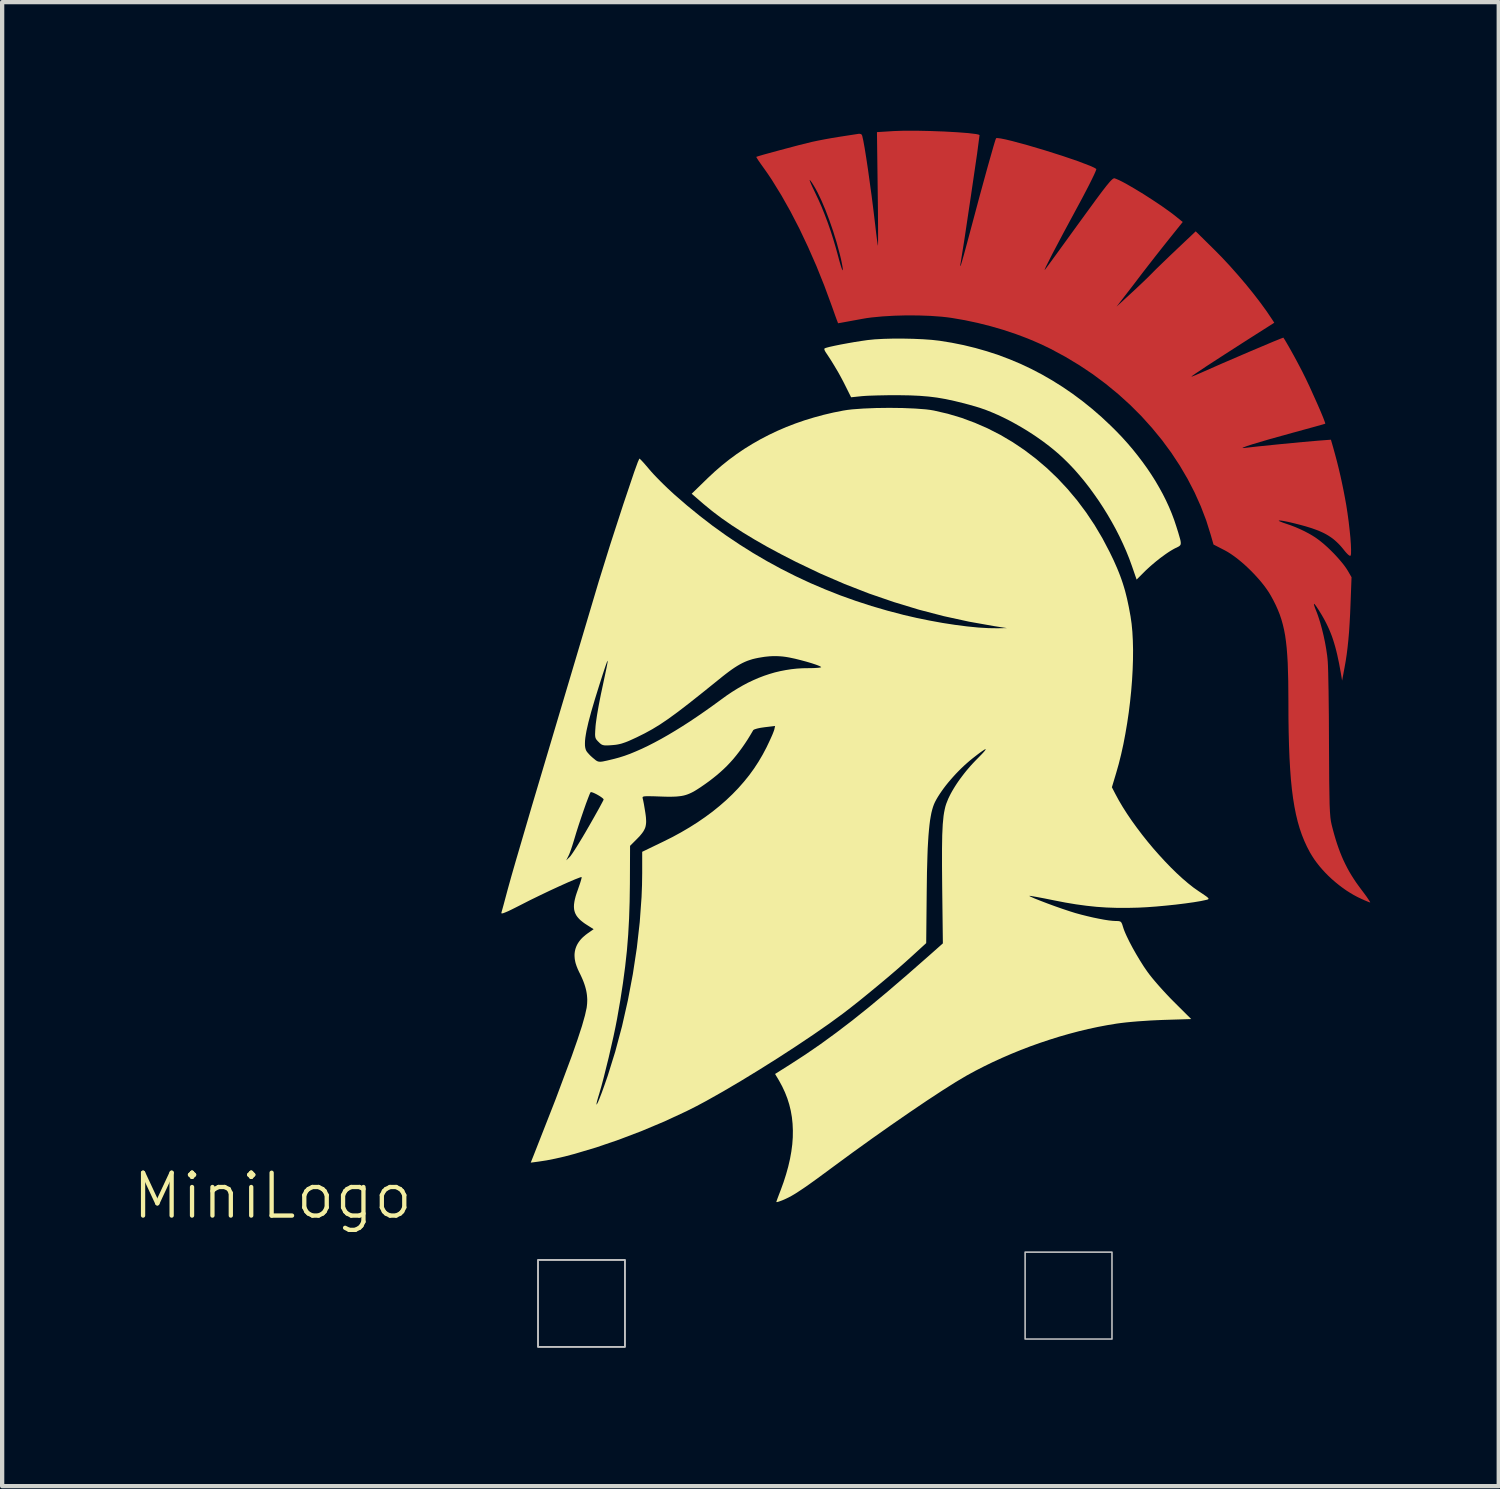
<source format=kicad_pcb>
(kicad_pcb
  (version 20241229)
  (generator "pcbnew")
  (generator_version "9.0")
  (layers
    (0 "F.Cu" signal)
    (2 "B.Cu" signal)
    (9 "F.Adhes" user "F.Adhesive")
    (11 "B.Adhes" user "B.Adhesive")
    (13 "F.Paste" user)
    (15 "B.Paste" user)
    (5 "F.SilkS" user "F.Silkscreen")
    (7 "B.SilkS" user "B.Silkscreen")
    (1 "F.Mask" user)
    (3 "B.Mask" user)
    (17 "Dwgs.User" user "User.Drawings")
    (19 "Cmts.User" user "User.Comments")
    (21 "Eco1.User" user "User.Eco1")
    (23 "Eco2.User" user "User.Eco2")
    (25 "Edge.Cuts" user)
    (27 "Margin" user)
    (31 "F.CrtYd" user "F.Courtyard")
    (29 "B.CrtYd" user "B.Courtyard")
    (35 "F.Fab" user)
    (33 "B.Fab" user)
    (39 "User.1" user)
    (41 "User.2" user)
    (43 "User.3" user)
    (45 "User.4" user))
  (footprint "MiniLogo"
    (layer "F.Cu")
    (at 9.504 28.378)
    (property "Reference" "MiniLogo" (at -6.192 -3.521 0) (unlocked yes) (layer "F.SilkS") (effects (font (size 1 1) (thickness 0.1))))
    (attr smd)
    (fp_poly (pts (xy 8.832 -28.378) (xy 9.154 -28.371) (xy 9.48 -28.359) (xy 9.784 -28.342) (xy 10.04 -28.322) (xy 10.222 -28.3) (xy 10.277 -28.288) (xy 10.303 -28.277) (xy 10.245 -27.836) (xy 10.102 -26.861) (xy 9.951 -25.851) (xy 9.864 -25.305) (xy 9.86 -25.285) (xy 9.857 -25.267) (xy 9.855 -25.252) (xy 9.854 -25.239) (xy 9.854 -25.234) (xy 9.854 -25.229) (xy 9.854 -25.226) (xy 9.855 -25.223) (xy 9.855 -25.221) (xy 9.856 -25.221) (xy 9.857 -25.22) (xy 9.857 -25.22) (xy 9.858 -25.22) (xy 9.86 -25.222) (xy 9.862 -25.228) (xy 9.867 -25.242) (xy 9.883 -25.294) (xy 9.936 -25.478) (xy 10.009 -25.746) (xy 10.096 -26.071) (xy 10.302 -26.842) (xy 10.488 -27.521) (xy 10.626 -28.007) (xy 10.668 -28.147) (xy 10.688 -28.201) (xy 10.7 -28.206) (xy 10.724 -28.206) (xy 10.802 -28.196) (xy 10.916 -28.173) (xy 11.061 -28.138) (xy 11.417 -28.042) (xy 11.825 -27.921) (xy 12.236 -27.791) (xy 12.605 -27.665) (xy 12.884 -27.558) (xy 12.975 -27.517) (xy 13.026 -27.485) (xy 13.027 -27.483) (xy 13.027 -27.478) (xy 13.023 -27.464) (xy 13.015 -27.442) (xy 13.003 -27.412) (xy 12.968 -27.335) (xy 12.919 -27.234) (xy 12.859 -27.113) (xy 12.788 -26.976) (xy 12.709 -26.825) (xy 12.623 -26.665) (xy 12.26 -25.992) (xy 11.997 -25.494) (xy 11.849 -25.2) (xy 11.823 -25.138) (xy 11.823 -25.13) (xy 11.832 -25.138) (xy 11.912 -25.246) (xy 12.091 -25.491) (xy 12.638 -26.246) (xy 13.026 -26.778) (xy 13.161 -26.959) (xy 13.264 -27.092) (xy 13.34 -27.183) (xy 13.37 -27.215) (xy 13.394 -27.238) (xy 13.414 -27.255) (xy 13.431 -27.264) (xy 13.445 -27.268) (xy 13.456 -27.267) (xy 13.505 -27.248) (xy 13.568 -27.22) (xy 13.642 -27.183) (xy 13.726 -27.138) (xy 13.916 -27.028) (xy 14.127 -26.9) (xy 14.343 -26.761) (xy 14.554 -26.62) (xy 14.745 -26.484) (xy 14.829 -26.421) (xy 14.903 -26.362) (xy 15.044 -26.248) (xy 14.719 -25.843) (xy 14.571 -25.657) (xy 14.407 -25.449) (xy 14.249 -25.246) (xy 14.114 -25.072) (xy 13.868 -24.749) (xy 13.667 -24.489) (xy 13.499 -24.272) (xy 13.831 -24.578) (xy 13.973 -24.71) (xy 14.115 -24.844) (xy 14.239 -24.964) (xy 14.33 -25.055) (xy 14.372 -25.098) (xy 14.428 -25.154) (xy 14.573 -25.294) (xy 14.744 -25.459) (xy 14.922 -25.628) (xy 15.347 -26.03) (xy 15.766 -25.617) (xy 15.951 -25.43) (xy 16.139 -25.229) (xy 16.326 -25.018) (xy 16.51 -24.803) (xy 16.685 -24.587) (xy 16.848 -24.376) (xy 16.996 -24.173) (xy 17.123 -23.985) (xy 17.18 -23.897) (xy 16.554 -23.499) (xy 16.009 -23.149) (xy 15.597 -22.882) (xy 15.337 -22.708) (xy 15.269 -22.66) (xy 15.246 -22.64) (xy 15.246 -22.64) (xy 15.247 -22.639) (xy 15.248 -22.64) (xy 15.25 -22.64) (xy 15.256 -22.641) (xy 15.264 -22.643) (xy 15.273 -22.647) (xy 15.284 -22.651) (xy 15.312 -22.662) (xy 15.345 -22.675) (xy 15.383 -22.692) (xy 15.425 -22.71) (xy 15.471 -22.73) (xy 15.956 -22.944) (xy 16.595 -23.219) (xy 17.151 -23.454) (xy 17.326 -23.525) (xy 17.392 -23.55) (xy 17.422 -23.504) (xy 17.465 -23.432) (xy 17.518 -23.341) (xy 17.578 -23.234) (xy 17.643 -23.117) (xy 17.709 -22.995) (xy 17.773 -22.874) (xy 17.834 -22.757) (xy 17.912 -22.6) (xy 18 -22.415) (xy 18.179 -22.018) (xy 18.258 -21.836) (xy 18.32 -21.687) (xy 18.359 -21.583) (xy 18.368 -21.554) (xy 18.369 -21.541) (xy 18.352 -21.536) (xy 18.306 -21.522) (xy 18.142 -21.476) (xy 17.902 -21.41) (xy 17.61 -21.33) (xy 17.063 -21.178) (xy 16.669 -21.061) (xy 16.539 -21.019) (xy 16.462 -20.989) (xy 16.443 -20.98) (xy 16.44 -20.975) (xy 16.451 -20.973) (xy 16.478 -20.975) (xy 16.809 -21.012) (xy 17.32 -21.064) (xy 17.841 -21.114) (xy 18.198 -21.145) (xy 18.502 -21.168) (xy 18.554 -20.988) (xy 18.599 -20.825) (xy 18.643 -20.659) (xy 18.685 -20.49) (xy 18.725 -20.32) (xy 18.762 -20.15) (xy 18.797 -19.98) (xy 18.829 -19.812) (xy 18.859 -19.647) (xy 18.889 -19.452) (xy 18.916 -19.255) (xy 18.938 -19.063) (xy 18.956 -18.886) (xy 18.967 -18.729) (xy 18.972 -18.602) (xy 18.971 -18.511) (xy 18.967 -18.482) (xy 18.961 -18.464) (xy 18.96 -18.462) (xy 18.958 -18.461) (xy 18.956 -18.46) (xy 18.954 -18.459) (xy 18.951 -18.459) (xy 18.949 -18.459) (xy 18.946 -18.459) (xy 18.943 -18.46) (xy 18.939 -18.462) (xy 18.936 -18.463) (xy 18.932 -18.465) (xy 18.928 -18.468) (xy 18.924 -18.471) (xy 18.919 -18.474) (xy 18.914 -18.477) (xy 18.91 -18.481) (xy 18.899 -18.49) (xy 18.889 -18.5) (xy 18.877 -18.512) (xy 18.865 -18.525) (xy 18.852 -18.539) (xy 18.839 -18.554) (xy 18.825 -18.571) (xy 18.81 -18.589) (xy 18.775 -18.633) (xy 18.74 -18.674) (xy 18.705 -18.713) (xy 18.67 -18.749) (xy 18.634 -18.783) (xy 18.598 -18.816) (xy 18.562 -18.846) (xy 18.524 -18.875) (xy 18.485 -18.902) (xy 18.445 -18.928) (xy 18.403 -18.953) (xy 18.359 -18.977) (xy 18.313 -19) (xy 18.265 -19.022) (xy 18.214 -19.044) (xy 18.16 -19.065) (xy 18.053 -19.103) (xy 17.924 -19.143) (xy 17.783 -19.182) (xy 17.641 -19.218) (xy 17.51 -19.249) (xy 17.399 -19.271) (xy 17.355 -19.278) (xy 17.321 -19.282) (xy 17.297 -19.282) (xy 17.289 -19.281) (xy 17.285 -19.279) (xy 17.285 -19.278) (xy 17.285 -19.278) (xy 17.285 -19.277) (xy 17.286 -19.275) (xy 17.288 -19.274) (xy 17.289 -19.273) (xy 17.294 -19.27) (xy 17.301 -19.266) (xy 17.308 -19.262) (xy 17.318 -19.258) (xy 17.328 -19.254) (xy 17.34 -19.249) (xy 17.353 -19.244) (xy 17.367 -19.238) (xy 17.382 -19.233) (xy 17.398 -19.227) (xy 17.415 -19.221) (xy 17.45 -19.209) (xy 17.565 -19.17) (xy 17.676 -19.127) (xy 17.782 -19.081) (xy 17.885 -19.032) (xy 17.982 -18.981) (xy 18.028 -18.955) (xy 18.073 -18.928) (xy 18.116 -18.901) (xy 18.158 -18.873) (xy 18.198 -18.844) (xy 18.236 -18.816) (xy 18.282 -18.779) (xy 18.33 -18.74) (xy 18.377 -18.698) (xy 18.425 -18.655) (xy 18.473 -18.609) (xy 18.521 -18.562) (xy 18.568 -18.515) (xy 18.613 -18.467) (xy 18.658 -18.418) (xy 18.7 -18.37) (xy 18.74 -18.323) (xy 18.778 -18.277) (xy 18.813 -18.232) (xy 18.844 -18.189) (xy 18.872 -18.148) (xy 18.896 -18.109) (xy 18.983 -17.959) (xy 18.96 -17.353) (xy 18.95 -17.106) (xy 18.938 -16.883) (xy 18.925 -16.682) (xy 18.909 -16.498) (xy 18.891 -16.327) (xy 18.871 -16.164) (xy 18.847 -16.005) (xy 18.819 -15.847) (xy 18.763 -15.547) (xy 18.735 -15.714) (xy 18.693 -15.944) (xy 18.649 -16.15) (xy 18.626 -16.245) (xy 18.602 -16.336) (xy 18.577 -16.422) (xy 18.551 -16.505) (xy 18.524 -16.584) (xy 18.494 -16.661) (xy 18.463 -16.736) (xy 18.43 -16.809) (xy 18.395 -16.881) (xy 18.358 -16.953) (xy 18.318 -17.025) (xy 18.276 -17.097) (xy 18.215 -17.196) (xy 18.189 -17.235) (xy 18.167 -17.269) (xy 18.149 -17.295) (xy 18.133 -17.315) (xy 18.121 -17.329) (xy 18.117 -17.334) (xy 18.113 -17.336) (xy 18.11 -17.338) (xy 18.107 -17.337) (xy 18.106 -17.335) (xy 18.105 -17.331) (xy 18.106 -17.326) (xy 18.107 -17.319) (xy 18.111 -17.301) (xy 18.119 -17.276) (xy 18.13 -17.244) (xy 18.145 -17.206) (xy 18.163 -17.161) (xy 18.185 -17.104) (xy 18.207 -17.041) (xy 18.251 -16.904) (xy 18.292 -16.755) (xy 18.33 -16.599) (xy 18.364 -16.44) (xy 18.392 -16.282) (xy 18.414 -16.131) (xy 18.422 -16.059) (xy 18.428 -15.991) (xy 18.433 -15.895) (xy 18.438 -15.741) (xy 18.447 -15.292) (xy 18.454 -14.706) (xy 18.457 -14.048) (xy 18.462 -13.188) (xy 18.471 -12.661) (xy 18.479 -12.489) (xy 18.489 -12.361) (xy 18.502 -12.263) (xy 18.519 -12.183) (xy 18.549 -12.065) (xy 18.58 -11.952) (xy 18.612 -11.843) (xy 18.645 -11.739) (xy 18.68 -11.638) (xy 18.716 -11.541) (xy 18.754 -11.447) (xy 18.794 -11.355) (xy 18.837 -11.266) (xy 18.881 -11.179) (xy 18.928 -11.093) (xy 18.978 -11.009) (xy 19.031 -10.925) (xy 19.086 -10.842) (xy 19.145 -10.76) (xy 19.207 -10.676) (xy 19.253 -10.615) (xy 19.296 -10.557) (xy 19.334 -10.505) (xy 19.365 -10.459) (xy 19.39 -10.422) (xy 19.408 -10.394) (xy 19.414 -10.384) (xy 19.417 -10.376) (xy 19.418 -10.372) (xy 19.418 -10.371) (xy 19.417 -10.37) (xy 19.413 -10.371) (xy 19.408 -10.372) (xy 19.393 -10.377) (xy 19.372 -10.385) (xy 19.347 -10.395) (xy 19.318 -10.407) (xy 19.285 -10.421) (xy 19.25 -10.437) (xy 19.214 -10.453) (xy 19.214 -10.453) (xy 19.124 -10.496) (xy 19.034 -10.544) (xy 18.945 -10.597) (xy 18.857 -10.653) (xy 18.771 -10.714) (xy 18.686 -10.778) (xy 18.604 -10.845) (xy 18.523 -10.915) (xy 18.446 -10.987) (xy 18.372 -11.062) (xy 18.301 -11.139) (xy 18.234 -11.217) (xy 18.171 -11.297) (xy 18.113 -11.377) (xy 18.06 -11.459) (xy 18.011 -11.541) (xy 17.943 -11.671) (xy 17.881 -11.806) (xy 17.824 -11.948) (xy 17.773 -12.097) (xy 17.727 -12.256) (xy 17.686 -12.426) (xy 17.65 -12.608) (xy 17.618 -12.804) (xy 17.591 -13.014) (xy 17.568 -13.242) (xy 17.55 -13.487) (xy 17.535 -13.751) (xy 17.524 -14.036) (xy 17.516 -14.344) (xy 17.511 -14.675) (xy 17.51 -15.031) (xy 17.506 -15.535) (xy 17.494 -15.955) (xy 17.483 -16.138) (xy 17.47 -16.306) (xy 17.453 -16.46) (xy 17.433 -16.602) (xy 17.408 -16.734) (xy 17.379 -16.858) (xy 17.346 -16.975) (xy 17.308 -17.088) (xy 17.264 -17.198) (xy 17.216 -17.306) (xy 17.161 -17.416) (xy 17.1 -17.528) (xy 17.058 -17.599) (xy 17.009 -17.672) (xy 16.955 -17.747) (xy 16.895 -17.823) (xy 16.831 -17.9) (xy 16.763 -17.976) (xy 16.692 -18.052) (xy 16.619 -18.126) (xy 16.544 -18.198) (xy 16.468 -18.268) (xy 16.391 -18.333) (xy 16.315 -18.395) (xy 16.24 -18.451) (xy 16.167 -18.502) (xy 16.096 -18.547) (xy 16.028 -18.585) (xy 15.762 -18.722) (xy 15.697 -18.949) (xy 15.592 -19.284) (xy 15.466 -19.613) (xy 15.321 -19.937) (xy 15.157 -20.254) (xy 14.975 -20.564) (xy 14.776 -20.866) (xy 14.56 -21.159) (xy 14.327 -21.443) (xy 14.08 -21.717) (xy 13.817 -21.98) (xy 13.54 -22.231) (xy 13.249 -22.47) (xy 12.946 -22.696) (xy 12.63 -22.907) (xy 12.303 -23.104) (xy 11.965 -23.286) (xy 11.835 -23.349) (xy 11.703 -23.411) (xy 11.568 -23.47) (xy 11.431 -23.527) (xy 11.291 -23.581) (xy 11.15 -23.633) (xy 10.86 -23.73) (xy 10.564 -23.816) (xy 10.263 -23.892) (xy 9.958 -23.957) (xy 9.65 -24.01) (xy 9.539 -24.025) (xy 9.42 -24.038) (xy 9.161 -24.057) (xy 8.883 -24.067) (xy 8.597 -24.069) (xy 8.312 -24.061) (xy 8.039 -24.045) (xy 7.788 -24.021) (xy 7.674 -24.006) (xy 7.569 -23.988) (xy 7.083 -23.899) (xy 7.036 -23.891) (xy 7.002 -23.885) (xy 6.994 -23.905) (xy 6.984 -23.932) (xy 6.968 -23.973) (xy 6.948 -24.028) (xy 6.922 -24.1) (xy 6.891 -24.188) (xy 6.853 -24.294) (xy 6.681 -24.761) (xy 6.497 -25.219) (xy 6.302 -25.663) (xy 6.1 -26.09) (xy 5.891 -26.494) (xy 5.678 -26.872) (xy 5.464 -27.219) (xy 5.46 -27.226) (xy 6.339 -27.226) (xy 6.339 -27.223) (xy 6.341 -27.214) (xy 6.345 -27.202) (xy 6.35 -27.187) (xy 6.357 -27.169) (xy 6.366 -27.148) (xy 6.376 -27.124) (xy 6.388 -27.098) (xy 6.401 -27.069) (xy 6.432 -27.004) (xy 6.467 -26.931) (xy 6.543 -26.77) (xy 6.618 -26.6) (xy 6.69 -26.421) (xy 6.76 -26.235) (xy 6.827 -26.043) (xy 6.89 -25.845) (xy 6.95 -25.643) (xy 7.006 -25.438) (xy 7.025 -25.366) (xy 7.044 -25.3) (xy 7.061 -25.243) (xy 7.076 -25.195) (xy 7.089 -25.158) (xy 7.1 -25.134) (xy 7.104 -25.126) (xy 7.108 -25.122) (xy 7.109 -25.122) (xy 7.11 -25.122) (xy 7.112 -25.126) (xy 7.112 -25.133) (xy 7.112 -25.144) (xy 7.111 -25.157) (xy 7.109 -25.173) (xy 7.103 -25.214) (xy 7.094 -25.263) (xy 7.083 -25.319) (xy 7.07 -25.381) (xy 7.054 -25.448) (xy 7.037 -25.516) (xy 7.037 -25.516) (xy 6.966 -25.778) (xy 6.885 -26.039) (xy 6.797 -26.292) (xy 6.706 -26.532) (xy 6.613 -26.75) (xy 6.521 -26.942) (xy 6.476 -27.026) (xy 6.432 -27.101) (xy 6.391 -27.166) (xy 6.351 -27.22) (xy 6.347 -27.224) (xy 6.345 -27.226) (xy 6.342 -27.228) (xy 6.341 -27.229) (xy 6.34 -27.229) (xy 6.339 -27.228) (xy 6.339 -27.226) (xy 5.46 -27.226) (xy 5.357 -27.38) (xy 5.25 -27.531) (xy 5.217 -27.577) (xy 5.186 -27.621) (xy 5.159 -27.66) (xy 5.135 -27.695) (xy 5.117 -27.724) (xy 5.103 -27.747) (xy 5.095 -27.761) (xy 5.094 -27.766) (xy 5.094 -27.767) (xy 5.094 -27.768) (xy 5.145 -27.785) (xy 5.267 -27.821) (xy 5.648 -27.925) (xy 6.074 -28.038) (xy 6.387 -28.116) (xy 6.524 -28.145) (xy 6.689 -28.177) (xy 6.861 -28.208) (xy 7.019 -28.234) (xy 7.459 -28.302) (xy 7.47 -28.304) (xy 7.481 -28.305) (xy 7.491 -28.306) (xy 7.501 -28.306) (xy 7.509 -28.305) (xy 7.517 -28.304) (xy 7.525 -28.302) (xy 7.528 -28.301) (xy 7.531 -28.3) (xy 7.535 -28.299) (xy 7.538 -28.297) (xy 7.54 -28.295) (xy 7.543 -28.294) (xy 7.546 -28.292) (xy 7.548 -28.289) (xy 7.55 -28.287) (xy 7.552 -28.285) (xy 7.554 -28.282) (xy 7.556 -28.279) (xy 7.559 -28.273) (xy 7.562 -28.267) (xy 7.565 -28.259) (xy 7.59 -28.149) (xy 7.622 -27.973) (xy 7.659 -27.743) (xy 7.7 -27.47) (xy 7.787 -26.84) (xy 7.829 -26.505) (xy 7.869 -26.172) (xy 7.89 -25.991) (xy 7.909 -25.84) (xy 7.924 -25.737) (xy 7.929 -25.708) (xy 7.932 -25.696) (xy 7.933 -25.702) (xy 7.934 -25.721) (xy 7.935 -25.797) (xy 7.935 -26.08) (xy 7.932 -26.5) (xy 7.926 -27.016) (xy 7.909 -28.345) (xy 8.306 -28.37) (xy 8.541 -28.378)) (stroke (width 0) (type solid)) (fill yes) (layer "F.Cu"))
    (fp_poly (pts (xy 8.832 -28.378) (xy 9.154 -28.371) (xy 9.48 -28.359) (xy 9.784 -28.342) (xy 10.04 -28.322) (xy 10.222 -28.3) (xy 10.277 -28.288) (xy 10.303 -28.277) (xy 10.245 -27.836) (xy 10.102 -26.861) (xy 9.951 -25.851) (xy 9.864 -25.305) (xy 9.86 -25.285) (xy 9.857 -25.267) (xy 9.855 -25.252) (xy 9.854 -25.239) (xy 9.854 -25.234) (xy 9.854 -25.229) (xy 9.854 -25.226) (xy 9.855 -25.223) (xy 9.855 -25.221) (xy 9.856 -25.221) (xy 9.857 -25.22) (xy 9.857 -25.22) (xy 9.858 -25.22) (xy 9.86 -25.222) (xy 9.862 -25.228) (xy 9.867 -25.242) (xy 9.883 -25.294) (xy 9.936 -25.478) (xy 10.009 -25.746) (xy 10.096 -26.071) (xy 10.302 -26.842) (xy 10.488 -27.521) (xy 10.626 -28.007) (xy 10.668 -28.147) (xy 10.688 -28.201) (xy 10.7 -28.206) (xy 10.724 -28.206) (xy 10.802 -28.196) (xy 10.916 -28.173) (xy 11.061 -28.138) (xy 11.417 -28.042) (xy 11.825 -27.921) (xy 12.236 -27.791) (xy 12.605 -27.665) (xy 12.884 -27.558) (xy 12.975 -27.517) (xy 13.026 -27.485) (xy 13.027 -27.483) (xy 13.027 -27.478) (xy 13.023 -27.464) (xy 13.015 -27.442) (xy 13.003 -27.412) (xy 12.968 -27.335) (xy 12.919 -27.234) (xy 12.859 -27.113) (xy 12.788 -26.976) (xy 12.709 -26.825) (xy 12.623 -26.665) (xy 12.26 -25.992) (xy 11.997 -25.494) (xy 11.849 -25.2) (xy 11.823 -25.138) (xy 11.823 -25.13) (xy 11.832 -25.138) (xy 11.912 -25.246) (xy 12.091 -25.491) (xy 12.638 -26.246) (xy 13.026 -26.778) (xy 13.161 -26.959) (xy 13.264 -27.092) (xy 13.34 -27.183) (xy 13.37 -27.215) (xy 13.394 -27.238) (xy 13.414 -27.255) (xy 13.431 -27.264) (xy 13.445 -27.268) (xy 13.456 -27.267) (xy 13.505 -27.248) (xy 13.568 -27.22) (xy 13.642 -27.183) (xy 13.726 -27.138) (xy 13.916 -27.028) (xy 14.127 -26.9) (xy 14.343 -26.761) (xy 14.554 -26.62) (xy 14.745 -26.484) (xy 14.829 -26.421) (xy 14.903 -26.362) (xy 15.044 -26.248) (xy 14.719 -25.843) (xy 14.571 -25.657) (xy 14.407 -25.449) (xy 14.249 -25.246) (xy 14.114 -25.072) (xy 13.868 -24.749) (xy 13.667 -24.489) (xy 13.499 -24.272) (xy 13.831 -24.578) (xy 13.973 -24.71) (xy 14.115 -24.844) (xy 14.239 -24.964) (xy 14.33 -25.055) (xy 14.372 -25.098) (xy 14.428 -25.154) (xy 14.573 -25.294) (xy 14.744 -25.459) (xy 14.922 -25.628) (xy 15.347 -26.03) (xy 15.766 -25.617) (xy 15.951 -25.43) (xy 16.139 -25.229) (xy 16.326 -25.018) (xy 16.51 -24.803) (xy 16.685 -24.587) (xy 16.848 -24.376) (xy 16.996 -24.173) (xy 17.123 -23.985) (xy 17.18 -23.897) (xy 16.554 -23.499) (xy 16.009 -23.149) (xy 15.597 -22.882) (xy 15.337 -22.708) (xy 15.269 -22.66) (xy 15.246 -22.64) (xy 15.246 -22.64) (xy 15.247 -22.639) (xy 15.248 -22.64) (xy 15.25 -22.64) (xy 15.256 -22.641) (xy 15.264 -22.643) (xy 15.273 -22.647) (xy 15.284 -22.651) (xy 15.312 -22.662) (xy 15.345 -22.675) (xy 15.383 -22.692) (xy 15.425 -22.71) (xy 15.471 -22.73) (xy 15.956 -22.944) (xy 16.595 -23.219) (xy 17.151 -23.454) (xy 17.326 -23.525) (xy 17.392 -23.55) (xy 17.422 -23.504) (xy 17.465 -23.432) (xy 17.518 -23.341) (xy 17.578 -23.234) (xy 17.643 -23.117) (xy 17.709 -22.995) (xy 17.773 -22.874) (xy 17.834 -22.757) (xy 17.912 -22.6) (xy 18 -22.415) (xy 18.179 -22.018) (xy 18.258 -21.836) (xy 18.32 -21.687) (xy 18.359 -21.583) (xy 18.368 -21.554) (xy 18.369 -21.541) (xy 18.352 -21.536) (xy 18.306 -21.522) (xy 18.142 -21.476) (xy 17.902 -21.41) (xy 17.61 -21.33) (xy 17.063 -21.178) (xy 16.669 -21.061) (xy 16.539 -21.019) (xy 16.462 -20.989) (xy 16.443 -20.98) (xy 16.44 -20.975) (xy 16.451 -20.973) (xy 16.478 -20.975) (xy 16.809 -21.012) (xy 17.32 -21.064) (xy 17.841 -21.114) (xy 18.198 -21.145) (xy 18.502 -21.168) (xy 18.554 -20.988) (xy 18.599 -20.825) (xy 18.643 -20.659) (xy 18.685 -20.49) (xy 18.725 -20.32) (xy 18.762 -20.15) (xy 18.797 -19.98) (xy 18.829 -19.812) (xy 18.859 -19.647) (xy 18.889 -19.452) (xy 18.916 -19.255) (xy 18.938 -19.063) (xy 18.956 -18.886) (xy 18.967 -18.729) (xy 18.972 -18.602) (xy 18.971 -18.511) (xy 18.967 -18.482) (xy 18.961 -18.464) (xy 18.96 -18.462) (xy 18.958 -18.461) (xy 18.956 -18.46) (xy 18.954 -18.459) (xy 18.951 -18.459) (xy 18.949 -18.459) (xy 18.946 -18.459) (xy 18.943 -18.46) (xy 18.939 -18.462) (xy 18.936 -18.463) (xy 18.932 -18.465) (xy 18.928 -18.468) (xy 18.924 -18.471) (xy 18.919 -18.474) (xy 18.914 -18.477) (xy 18.91 -18.481) (xy 18.899 -18.49) (xy 18.889 -18.5) (xy 18.877 -18.512) (xy 18.865 -18.525) (xy 18.852 -18.539) (xy 18.839 -18.554) (xy 18.825 -18.571) (xy 18.81 -18.589) (xy 18.775 -18.633) (xy 18.74 -18.674) (xy 18.705 -18.713) (xy 18.67 -18.749) (xy 18.634 -18.783) (xy 18.598 -18.816) (xy 18.562 -18.846) (xy 18.524 -18.875) (xy 18.485 -18.902) (xy 18.445 -18.928) (xy 18.403 -18.953) (xy 18.359 -18.977) (xy 18.313 -19) (xy 18.265 -19.022) (xy 18.214 -19.044) (xy 18.16 -19.065) (xy 18.053 -19.103) (xy 17.924 -19.143) (xy 17.783 -19.182) (xy 17.641 -19.218) (xy 17.51 -19.249) (xy 17.399 -19.271) (xy 17.355 -19.278) (xy 17.321 -19.282) (xy 17.297 -19.282) (xy 17.289 -19.281) (xy 17.285 -19.279) (xy 17.285 -19.278) (xy 17.285 -19.278) (xy 17.285 -19.277) (xy 17.286 -19.275) (xy 17.288 -19.274) (xy 17.289 -19.273) (xy 17.294 -19.27) (xy 17.301 -19.266) (xy 17.308 -19.262) (xy 17.318 -19.258) (xy 17.328 -19.254) (xy 17.34 -19.249) (xy 17.353 -19.244) (xy 17.367 -19.238) (xy 17.382 -19.233) (xy 17.398 -19.227) (xy 17.415 -19.221) (xy 17.45 -19.209) (xy 17.565 -19.17) (xy 17.676 -19.127) (xy 17.782 -19.081) (xy 17.885 -19.032) (xy 17.982 -18.981) (xy 18.028 -18.955) (xy 18.073 -18.928) (xy 18.116 -18.901) (xy 18.158 -18.873) (xy 18.198 -18.844) (xy 18.236 -18.816) (xy 18.282 -18.779) (xy 18.33 -18.74) (xy 18.377 -18.698) (xy 18.425 -18.655) (xy 18.473 -18.609) (xy 18.521 -18.562) (xy 18.568 -18.515) (xy 18.613 -18.467) (xy 18.658 -18.418) (xy 18.7 -18.37) (xy 18.74 -18.323) (xy 18.778 -18.277) (xy 18.813 -18.232) (xy 18.844 -18.189) (xy 18.872 -18.148) (xy 18.896 -18.109) (xy 18.983 -17.959) (xy 18.96 -17.353) (xy 18.95 -17.106) (xy 18.938 -16.883) (xy 18.925 -16.682) (xy 18.909 -16.498) (xy 18.891 -16.327) (xy 18.871 -16.164) (xy 18.847 -16.005) (xy 18.819 -15.847) (xy 18.763 -15.547) (xy 18.735 -15.714) (xy 18.693 -15.944) (xy 18.649 -16.15) (xy 18.626 -16.245) (xy 18.602 -16.336) (xy 18.577 -16.422) (xy 18.551 -16.505) (xy 18.524 -16.584) (xy 18.494 -16.661) (xy 18.463 -16.736) (xy 18.43 -16.809) (xy 18.395 -16.881) (xy 18.358 -16.953) (xy 18.318 -17.025) (xy 18.276 -17.097) (xy 18.215 -17.196) (xy 18.189 -17.235) (xy 18.167 -17.269) (xy 18.149 -17.295) (xy 18.133 -17.315) (xy 18.121 -17.329) (xy 18.117 -17.334) (xy 18.113 -17.336) (xy 18.11 -17.338) (xy 18.107 -17.337) (xy 18.106 -17.335) (xy 18.105 -17.331) (xy 18.106 -17.326) (xy 18.107 -17.319) (xy 18.111 -17.301) (xy 18.119 -17.276) (xy 18.13 -17.244) (xy 18.145 -17.206) (xy 18.163 -17.161) (xy 18.185 -17.104) (xy 18.207 -17.041) (xy 18.251 -16.904) (xy 18.292 -16.755) (xy 18.33 -16.599) (xy 18.364 -16.44) (xy 18.392 -16.282) (xy 18.414 -16.131) (xy 18.422 -16.059) (xy 18.428 -15.991) (xy 18.433 -15.895) (xy 18.438 -15.741) (xy 18.447 -15.292) (xy 18.454 -14.706) (xy 18.457 -14.048) (xy 18.462 -13.188) (xy 18.471 -12.661) (xy 18.479 -12.489) (xy 18.489 -12.361) (xy 18.502 -12.263) (xy 18.519 -12.183) (xy 18.549 -12.065) (xy 18.58 -11.952) (xy 18.612 -11.843) (xy 18.645 -11.739) (xy 18.68 -11.638) (xy 18.716 -11.541) (xy 18.754 -11.447) (xy 18.794 -11.355) (xy 18.837 -11.266) (xy 18.881 -11.179) (xy 18.928 -11.093) (xy 18.978 -11.009) (xy 19.031 -10.925) (xy 19.086 -10.842) (xy 19.145 -10.76) (xy 19.207 -10.676) (xy 19.253 -10.615) (xy 19.296 -10.557) (xy 19.334 -10.505) (xy 19.365 -10.459) (xy 19.39 -10.422) (xy 19.408 -10.394) (xy 19.414 -10.384) (xy 19.417 -10.376) (xy 19.418 -10.372) (xy 19.418 -10.371) (xy 19.417 -10.37) (xy 19.413 -10.371) (xy 19.408 -10.372) (xy 19.393 -10.377) (xy 19.372 -10.385) (xy 19.347 -10.395) (xy 19.318 -10.407) (xy 19.285 -10.421) (xy 19.25 -10.437) (xy 19.214 -10.453) (xy 19.214 -10.453) (xy 19.124 -10.496) (xy 19.034 -10.544) (xy 18.945 -10.597) (xy 18.857 -10.653) (xy 18.771 -10.714) (xy 18.686 -10.778) (xy 18.604 -10.845) (xy 18.523 -10.915) (xy 18.446 -10.987) (xy 18.372 -11.062) (xy 18.301 -11.139) (xy 18.234 -11.217) (xy 18.171 -11.297) (xy 18.113 -11.377) (xy 18.06 -11.459) (xy 18.011 -11.541) (xy 17.943 -11.671) (xy 17.881 -11.806) (xy 17.824 -11.948) (xy 17.773 -12.097) (xy 17.727 -12.256) (xy 17.686 -12.426) (xy 17.65 -12.608) (xy 17.618 -12.804) (xy 17.591 -13.014) (xy 17.568 -13.242) (xy 17.55 -13.487) (xy 17.535 -13.751) (xy 17.524 -14.036) (xy 17.516 -14.344) (xy 17.511 -14.675) (xy 17.51 -15.031) (xy 17.506 -15.535) (xy 17.494 -15.955) (xy 17.483 -16.138) (xy 17.47 -16.306) (xy 17.453 -16.46) (xy 17.433 -16.602) (xy 17.408 -16.734) (xy 17.379 -16.858) (xy 17.346 -16.975) (xy 17.308 -17.088) (xy 17.264 -17.198) (xy 17.216 -17.306) (xy 17.161 -17.416) (xy 17.1 -17.528) (xy 17.058 -17.599) (xy 17.009 -17.672) (xy 16.955 -17.747) (xy 16.895 -17.823) (xy 16.831 -17.9) (xy 16.763 -17.976) (xy 16.692 -18.052) (xy 16.619 -18.126) (xy 16.544 -18.198) (xy 16.468 -18.268) (xy 16.391 -18.333) (xy 16.315 -18.395) (xy 16.24 -18.451) (xy 16.167 -18.502) (xy 16.096 -18.547) (xy 16.028 -18.585) (xy 15.762 -18.722) (xy 15.697 -18.949) (xy 15.592 -19.284) (xy 15.466 -19.613) (xy 15.321 -19.937) (xy 15.157 -20.254) (xy 14.975 -20.564) (xy 14.776 -20.866) (xy 14.56 -21.159) (xy 14.327 -21.443) (xy 14.08 -21.717) (xy 13.817 -21.98) (xy 13.54 -22.231) (xy 13.249 -22.47) (xy 12.946 -22.696) (xy 12.63 -22.907) (xy 12.303 -23.104) (xy 11.965 -23.286) (xy 11.835 -23.349) (xy 11.703 -23.411) (xy 11.568 -23.47) (xy 11.431 -23.527) (xy 11.291 -23.581) (xy 11.15 -23.633) (xy 10.86 -23.73) (xy 10.564 -23.816) (xy 10.263 -23.892) (xy 9.958 -23.957) (xy 9.65 -24.01) (xy 9.539 -24.025) (xy 9.42 -24.038) (xy 9.161 -24.057) (xy 8.883 -24.067) (xy 8.597 -24.069) (xy 8.312 -24.061) (xy 8.039 -24.045) (xy 7.788 -24.021) (xy 7.674 -24.006) (xy 7.569 -23.988) (xy 7.083 -23.899) (xy 7.036 -23.891) (xy 7.002 -23.885) (xy 6.994 -23.905) (xy 6.984 -23.932) (xy 6.968 -23.973) (xy 6.948 -24.028) (xy 6.922 -24.1) (xy 6.891 -24.188) (xy 6.853 -24.294) (xy 6.681 -24.761) (xy 6.497 -25.219) (xy 6.302 -25.663) (xy 6.1 -26.09) (xy 5.891 -26.494) (xy 5.678 -26.872) (xy 5.464 -27.219) (xy 5.46 -27.226) (xy 6.339 -27.226) (xy 6.339 -27.223) (xy 6.341 -27.214) (xy 6.345 -27.202) (xy 6.35 -27.187) (xy 6.357 -27.169) (xy 6.366 -27.148) (xy 6.376 -27.124) (xy 6.388 -27.098) (xy 6.401 -27.069) (xy 6.432 -27.004) (xy 6.467 -26.931) (xy 6.543 -26.77) (xy 6.618 -26.6) (xy 6.69 -26.421) (xy 6.76 -26.235) (xy 6.827 -26.043) (xy 6.89 -25.845) (xy 6.95 -25.643) (xy 7.006 -25.438) (xy 7.025 -25.366) (xy 7.044 -25.3) (xy 7.061 -25.243) (xy 7.076 -25.195) (xy 7.089 -25.158) (xy 7.1 -25.134) (xy 7.104 -25.126) (xy 7.108 -25.122) (xy 7.109 -25.122) (xy 7.11 -25.122) (xy 7.112 -25.126) (xy 7.112 -25.133) (xy 7.112 -25.144) (xy 7.111 -25.157) (xy 7.109 -25.173) (xy 7.103 -25.214) (xy 7.094 -25.263) (xy 7.083 -25.319) (xy 7.07 -25.381) (xy 7.054 -25.448) (xy 7.037 -25.516) (xy 7.037 -25.516) (xy 6.966 -25.778) (xy 6.885 -26.039) (xy 6.797 -26.292) (xy 6.706 -26.532) (xy 6.613 -26.75) (xy 6.521 -26.942) (xy 6.476 -27.026) (xy 6.432 -27.101) (xy 6.391 -27.166) (xy 6.351 -27.22) (xy 6.347 -27.224) (xy 6.345 -27.226) (xy 6.342 -27.228) (xy 6.341 -27.229) (xy 6.34 -27.229) (xy 6.339 -27.228) (xy 6.339 -27.226) (xy 5.46 -27.226) (xy 5.357 -27.38) (xy 5.25 -27.531) (xy 5.217 -27.577) (xy 5.186 -27.621) (xy 5.159 -27.66) (xy 5.135 -27.695) (xy 5.117 -27.724) (xy 5.103 -27.747) (xy 5.095 -27.761) (xy 5.094 -27.766) (xy 5.094 -27.767) (xy 5.094 -27.768) (xy 5.145 -27.785) (xy 5.267 -27.821) (xy 5.648 -27.925) (xy 6.074 -28.038) (xy 6.387 -28.116) (xy 6.524 -28.145) (xy 6.689 -28.177) (xy 6.861 -28.208) (xy 7.019 -28.234) (xy 7.459 -28.302) (xy 7.47 -28.304) (xy 7.481 -28.305) (xy 7.491 -28.306) (xy 7.501 -28.306) (xy 7.509 -28.305) (xy 7.517 -28.304) (xy 7.525 -28.302) (xy 7.528 -28.301) (xy 7.531 -28.3) (xy 7.535 -28.299) (xy 7.538 -28.297) (xy 7.54 -28.295) (xy 7.543 -28.294) (xy 7.546 -28.292) (xy 7.548 -28.289) (xy 7.55 -28.287) (xy 7.552 -28.285) (xy 7.554 -28.282) (xy 7.556 -28.279) (xy 7.559 -28.273) (xy 7.562 -28.267) (xy 7.565 -28.259) (xy 7.59 -28.149) (xy 7.622 -27.973) (xy 7.659 -27.743) (xy 7.7 -27.47) (xy 7.787 -26.84) (xy 7.829 -26.505) (xy 7.869 -26.172) (xy 7.89 -25.991) (xy 7.909 -25.84) (xy 7.924 -25.737) (xy 7.929 -25.708) (xy 7.932 -25.696) (xy 7.933 -25.702) (xy 7.934 -25.721) (xy 7.935 -25.797) (xy 7.935 -26.08) (xy 7.932 -26.5) (xy 7.926 -27.016) (xy 7.909 -28.345) (xy 8.306 -28.37) (xy 8.541 -28.378)) (stroke (width 0) (type solid)) (fill yes) (layer "F.Mask"))
    (fp_poly (pts (xy 8.756 -23.522) (xy 8.984 -23.512) (xy 9.192 -23.497) (xy 9.37 -23.477) (xy 9.653 -23.431) (xy 9.932 -23.375) (xy 10.206 -23.308) (xy 10.476 -23.231) (xy 10.742 -23.144) (xy 11.002 -23.046) (xy 11.259 -22.938) (xy 11.511 -22.819) (xy 11.758 -22.69) (xy 12.001 -22.55) (xy 12.24 -22.4) (xy 12.474 -22.24) (xy 12.704 -22.069) (xy 12.929 -21.888) (xy 13.15 -21.696) (xy 13.366 -21.493) (xy 13.502 -21.358) (xy 13.633 -21.221) (xy 13.759 -21.081) (xy 13.88 -20.939) (xy 13.996 -20.794) (xy 14.107 -20.648) (xy 14.213 -20.501) (xy 14.313 -20.352) (xy 14.407 -20.203) (xy 14.495 -20.052) (xy 14.578 -19.901) (xy 14.654 -19.75) (xy 14.724 -19.598) (xy 14.787 -19.447) (xy 14.844 -19.296) (xy 14.894 -19.145) (xy 14.941 -18.996) (xy 14.973 -18.885) (xy 14.985 -18.842) (xy 14.993 -18.806) (xy 14.997 -18.776) (xy 14.998 -18.751) (xy 14.997 -18.741) (xy 14.996 -18.731) (xy 14.993 -18.722) (xy 14.99 -18.714) (xy 14.985 -18.707) (xy 14.98 -18.7) (xy 14.967 -18.688) (xy 14.95 -18.676) (xy 14.929 -18.665) (xy 14.877 -18.64) (xy 14.84 -18.621) (xy 14.8 -18.598) (xy 14.758 -18.573) (xy 14.714 -18.545) (xy 14.668 -18.514) (xy 14.621 -18.481) (xy 14.523 -18.409) (xy 14.424 -18.331) (xy 14.327 -18.249) (xy 14.28 -18.208) (xy 14.234 -18.166) (xy 14.189 -18.125) (xy 14.147 -18.083) (xy 13.968 -17.904) (xy 13.857 -18.225) (xy 13.795 -18.395) (xy 13.726 -18.566) (xy 13.65 -18.738) (xy 13.569 -18.909) (xy 13.482 -19.08) (xy 13.389 -19.249) (xy 13.292 -19.416) (xy 13.19 -19.581) (xy 13.084 -19.743) (xy 12.974 -19.9) (xy 12.862 -20.054) (xy 12.746 -20.202) (xy 12.627 -20.345) (xy 12.507 -20.482) (xy 12.384 -20.611) (xy 12.26 -20.733) (xy 12.155 -20.83) (xy 12.043 -20.926) (xy 11.925 -21.021) (xy 11.802 -21.114) (xy 11.675 -21.205) (xy 11.544 -21.294) (xy 11.41 -21.38) (xy 11.274 -21.462) (xy 11.137 -21.54) (xy 10.999 -21.615) (xy 10.862 -21.684) (xy 10.726 -21.748) (xy 10.591 -21.806) (xy 10.459 -21.859) (xy 10.331 -21.904) (xy 10.207 -21.943) (xy 9.955 -22.013) (xy 9.727 -22.069) (xy 9.515 -22.115) (xy 9.413 -22.133) (xy 9.312 -22.15) (xy 9.212 -22.163) (xy 9.111 -22.175) (xy 8.903 -22.192) (xy 8.683 -22.202) (xy 8.442 -22.206) (xy 8.176 -22.206) (xy 7.921 -22.201) (xy 7.705 -22.194) (xy 7.621 -22.189) (xy 7.557 -22.184) (xy 7.306 -22.158) (xy 7.135 -22.5) (xy 7.097 -22.573) (xy 7.056 -22.649) (xy 7.013 -22.727) (xy 6.968 -22.804) (xy 6.883 -22.946) (xy 6.813 -23.058) (xy 6.713 -23.209) (xy 6.704 -23.224) (xy 6.696 -23.238) (xy 6.69 -23.251) (xy 6.685 -23.263) (xy 6.682 -23.274) (xy 6.682 -23.278) (xy 6.681 -23.283) (xy 6.682 -23.287) (xy 6.683 -23.29) (xy 6.684 -23.294) (xy 6.686 -23.297) (xy 6.698 -23.303) (xy 6.723 -23.312) (xy 6.759 -23.322) (xy 6.804 -23.334) (xy 6.922 -23.36) (xy 7.064 -23.389) (xy 7.222 -23.418) (xy 7.386 -23.447) (xy 7.546 -23.472) (xy 7.692 -23.493) (xy 7.861 -23.51) (xy 8.063 -23.521) (xy 8.286 -23.527) (xy 8.52 -23.527)) (stroke (width 0) (type solid)) (fill yes) (layer "F.SilkS"))
    (fp_poly (pts (xy 8.509 -21.907) (xy 8.798 -21.895) (xy 9.048 -21.876) (xy 9.153 -21.863) (xy 9.24 -21.848) (xy 9.564 -21.773) (xy 9.882 -21.678) (xy 10.192 -21.563) (xy 10.495 -21.431) (xy 10.79 -21.28) (xy 11.076 -21.111) (xy 11.353 -20.925) (xy 11.62 -20.722) (xy 11.877 -20.503) (xy 12.123 -20.268) (xy 12.357 -20.017) (xy 12.58 -19.752) (xy 12.79 -19.471) (xy 12.987 -19.176) (xy 13.17 -18.868) (xy 13.339 -18.546) (xy 13.434 -18.349) (xy 13.515 -18.165) (xy 13.551 -18.077) (xy 13.585 -17.99) (xy 13.616 -17.904) (xy 13.645 -17.818) (xy 13.672 -17.731) (xy 13.698 -17.643) (xy 13.721 -17.553) (xy 13.744 -17.46) (xy 13.786 -17.263) (xy 13.826 -17.047) (xy 13.851 -16.873) (xy 13.869 -16.683) (xy 13.88 -16.477) (xy 13.885 -16.26) (xy 13.883 -16.031) (xy 13.875 -15.795) (xy 13.861 -15.551) (xy 13.841 -15.303) (xy 13.815 -15.052) (xy 13.784 -14.801) (xy 13.747 -14.551) (xy 13.705 -14.304) (xy 13.659 -14.062) (xy 13.607 -13.827) (xy 13.551 -13.602) (xy 13.49 -13.388) (xy 13.391 -13.058) (xy 13.47 -12.905) (xy 13.551 -12.755) (xy 13.643 -12.599) (xy 13.745 -12.439) (xy 13.855 -12.277) (xy 13.973 -12.114) (xy 14.097 -11.95) (xy 14.226 -11.788) (xy 14.359 -11.629) (xy 14.495 -11.475) (xy 14.632 -11.326) (xy 14.769 -11.184) (xy 14.905 -11.051) (xy 15.039 -10.928) (xy 15.17 -10.816) (xy 15.295 -10.717) (xy 15.415 -10.633) (xy 15.502 -10.575) (xy 15.566 -10.531) (xy 15.59 -10.514) (xy 15.61 -10.499) (xy 15.625 -10.486) (xy 15.636 -10.475) (xy 15.64 -10.47) (xy 15.643 -10.466) (xy 15.644 -10.462) (xy 15.645 -10.459) (xy 15.645 -10.455) (xy 15.645 -10.452) (xy 15.643 -10.449) (xy 15.64 -10.447) (xy 15.633 -10.442) (xy 15.623 -10.438) (xy 15.61 -10.434) (xy 15.594 -10.43) (xy 15.468 -10.403) (xy 15.3 -10.375) (xy 15.101 -10.347) (xy 14.882 -10.32) (xy 14.652 -10.296) (xy 14.423 -10.275) (xy 14.203 -10.259) (xy 14.004 -10.249) (xy 13.747 -10.243) (xy 13.503 -10.244) (xy 13.266 -10.252) (xy 13.032 -10.268) (xy 12.797 -10.293) (xy 12.555 -10.326) (xy 12.303 -10.368) (xy 12.035 -10.42) (xy 11.817 -10.464) (xy 11.637 -10.498) (xy 11.514 -10.519) (xy 11.479 -10.524) (xy 11.465 -10.524) (xy 11.466 -10.521) (xy 11.471 -10.517) (xy 11.493 -10.505) (xy 11.582 -10.465) (xy 11.716 -10.412) (xy 11.88 -10.349) (xy 12.059 -10.283) (xy 12.239 -10.22) (xy 12.404 -10.165) (xy 12.538 -10.123) (xy 12.677 -10.085) (xy 12.817 -10.05) (xy 12.954 -10.018) (xy 13.086 -9.991) (xy 13.208 -9.968) (xy 13.317 -9.951) (xy 13.411 -9.941) (xy 13.485 -9.937) (xy 13.506 -9.937) (xy 13.525 -9.936) (xy 13.541 -9.935) (xy 13.555 -9.934) (xy 13.562 -9.932) (xy 13.568 -9.931) (xy 13.574 -9.929) (xy 13.579 -9.927) (xy 13.584 -9.925) (xy 13.589 -9.923) (xy 13.594 -9.92) (xy 13.598 -9.916) (xy 13.602 -9.913) (xy 13.606 -9.909) (xy 13.609 -9.904) (xy 13.613 -9.899) (xy 13.616 -9.893) (xy 13.619 -9.887) (xy 13.622 -9.881) (xy 13.626 -9.874) (xy 13.632 -9.858) (xy 13.638 -9.84) (xy 13.644 -9.819) (xy 13.652 -9.795) (xy 13.666 -9.751) (xy 13.685 -9.701) (xy 13.708 -9.646) (xy 13.735 -9.586) (xy 13.799 -9.454) (xy 13.874 -9.312) (xy 13.957 -9.165) (xy 14.045 -9.018) (xy 14.134 -8.877) (xy 14.179 -8.811) (xy 14.223 -8.748) (xy 14.273 -8.681) (xy 14.336 -8.602) (xy 14.409 -8.515) (xy 14.489 -8.423) (xy 14.575 -8.327) (xy 14.663 -8.232) (xy 14.751 -8.139) (xy 14.837 -8.052) (xy 15.242 -7.649) (xy 14.589 -7.629) (xy 14.446 -7.623) (xy 14.297 -7.616) (xy 13.999 -7.596) (xy 13.857 -7.584) (xy 13.724 -7.571) (xy 13.604 -7.557) (xy 13.501 -7.543) (xy 13.283 -7.507) (xy 13.062 -7.465) (xy 12.838 -7.417) (xy 12.614 -7.363) (xy 12.388 -7.303) (xy 12.161 -7.238) (xy 11.935 -7.167) (xy 11.71 -7.092) (xy 11.486 -7.012) (xy 11.264 -6.927) (xy 11.044 -6.837) (xy 10.827 -6.743) (xy 10.614 -6.646) (xy 10.405 -6.544) (xy 10.2 -6.439) (xy 10.001 -6.33) (xy 9.749 -6.181) (xy 9.436 -5.983) (xy 9.073 -5.745) (xy 8.671 -5.473) (xy 8.241 -5.176) (xy 7.794 -4.861) (xy 7.341 -4.535) (xy 6.893 -4.206) (xy 6.499 -3.916) (xy 6.343 -3.804) (xy 6.21 -3.711) (xy 6.096 -3.635) (xy 6 -3.573) (xy 5.917 -3.524) (xy 5.844 -3.485) (xy 5.792 -3.46) (xy 5.742 -3.437) (xy 5.694 -3.417) (xy 5.651 -3.401) (xy 5.614 -3.388) (xy 5.599 -3.384) (xy 5.586 -3.381) (xy 5.575 -3.379) (xy 5.568 -3.379) (xy 5.565 -3.379) (xy 5.563 -3.38) (xy 5.562 -3.381) (xy 5.561 -3.383) (xy 5.561 -3.383) (xy 5.561 -3.385) (xy 5.563 -3.39) (xy 5.569 -3.408) (xy 5.59 -3.467) (xy 5.622 -3.552) (xy 5.661 -3.653) (xy 5.73 -3.843) (xy 5.789 -4.028) (xy 5.839 -4.208) (xy 5.88 -4.385) (xy 5.911 -4.557) (xy 5.933 -4.725) (xy 5.945 -4.89) (xy 5.947 -5.05) (xy 5.94 -5.207) (xy 5.924 -5.36) (xy 5.898 -5.51) (xy 5.862 -5.657) (xy 5.817 -5.8) (xy 5.762 -5.94) (xy 5.698 -6.077) (xy 5.625 -6.212) (xy 5.532 -6.368) (xy 5.884 -6.59) (xy 6.241 -6.822) (xy 6.596 -7.066) (xy 6.957 -7.329) (xy 7.332 -7.615) (xy 7.728 -7.932) (xy 8.151 -8.284) (xy 8.61 -8.678) (xy 9.112 -9.118) (xy 9.447 -9.415) (xy 9.431 -10.733) (xy 9.427 -11.223) (xy 9.427 -11.621) (xy 9.432 -11.939) (xy 9.444 -12.19) (xy 9.463 -12.388) (xy 9.476 -12.471) (xy 9.491 -12.546) (xy 9.507 -12.613) (xy 9.527 -12.676) (xy 9.573 -12.791) (xy 9.6 -12.847) (xy 9.629 -12.905) (xy 9.661 -12.963) (xy 9.695 -13.021) (xy 9.732 -13.081) (xy 9.77 -13.14) (xy 9.811 -13.2) (xy 9.854 -13.26) (xy 9.899 -13.32) (xy 9.945 -13.38) (xy 9.993 -13.44) (xy 10.043 -13.499) (xy 10.094 -13.558) (xy 10.147 -13.616) (xy 10.201 -13.673) (xy 10.257 -13.73) (xy 10.307 -13.781) (xy 10.349 -13.824) (xy 10.384 -13.861) (xy 10.411 -13.892) (xy 10.43 -13.916) (xy 10.437 -13.925) (xy 10.442 -13.933) (xy 10.445 -13.938) (xy 10.446 -13.943) (xy 10.446 -13.944) (xy 10.445 -13.945) (xy 10.442 -13.946) (xy 10.437 -13.945) (xy 10.431 -13.943) (xy 10.422 -13.939) (xy 10.412 -13.933) (xy 10.386 -13.916) (xy 10.352 -13.893) (xy 10.31 -13.863) (xy 10.261 -13.826) (xy 10.204 -13.782) (xy 10.14 -13.732) (xy 10.074 -13.678) (xy 10.008 -13.621) (xy 9.942 -13.562) (xy 9.877 -13.5) (xy 9.813 -13.436) (xy 9.75 -13.371) (xy 9.689 -13.304) (xy 9.63 -13.237) (xy 9.573 -13.17) (xy 9.518 -13.102) (xy 9.467 -13.035) (xy 9.419 -12.968) (xy 9.374 -12.902) (xy 9.333 -12.838) (xy 9.296 -12.775) (xy 9.264 -12.715) (xy 9.24 -12.662) (xy 9.218 -12.602) (xy 9.198 -12.535) (xy 9.179 -12.459) (xy 9.163 -12.374) (xy 9.147 -12.279) (xy 9.134 -12.173) (xy 9.122 -12.056) (xy 9.111 -11.927) (xy 9.102 -11.785) (xy 9.093 -11.629) (xy 9.087 -11.458) (xy 9.076 -11.072) (xy 9.07 -10.619) (xy 9.058 -9.421) (xy 8.733 -9.124) (xy 8.559 -8.967) (xy 8.363 -8.795) (xy 8.151 -8.614) (xy 7.931 -8.43) (xy 7.71 -8.248) (xy 7.495 -8.073) (xy 7.292 -7.913) (xy 7.11 -7.773) (xy 6.794 -7.542) (xy 6.43 -7.289) (xy 6.03 -7.021) (xy 5.607 -6.746) (xy 5.173 -6.473) (xy 4.741 -6.209) (xy 4.322 -5.962) (xy 3.93 -5.741) (xy 3.702 -5.619) (xy 3.462 -5.498) (xy 2.954 -5.262) (xy 2.424 -5.039) (xy 1.886 -4.834) (xy 1.359 -4.654) (xy 0.859 -4.505) (xy 0.625 -4.443) (xy 0.403 -4.392) (xy 0.196 -4.351) (xy 0.006 -4.322) (xy -0.17 -4.299) (xy -0.098 -4.479) (xy 0.367 -5.665) (xy 1.364 -5.665) (xy 1.365 -5.658) (xy 1.366 -5.655) (xy 1.369 -5.656) (xy 1.373 -5.661) (xy 1.378 -5.669) (xy 1.392 -5.696) (xy 1.41 -5.735) (xy 1.432 -5.788) (xy 1.486 -5.927) (xy 1.551 -6.107) (xy 1.626 -6.323) (xy 1.626 -6.323) (xy 1.802 -6.889) (xy 1.96 -7.48) (xy 2.097 -8.086) (xy 2.213 -8.699) (xy 2.306 -9.311) (xy 2.374 -9.913) (xy 2.416 -10.496) (xy 2.427 -10.778) (xy 2.431 -11.053) (xy 2.431 -11.552) (xy 2.922 -11.789) (xy 3.134 -11.895) (xy 3.338 -12.006) (xy 3.534 -12.121) (xy 3.722 -12.24) (xy 3.901 -12.363) (xy 4.073 -12.49) (xy 4.236 -12.622) (xy 4.391 -12.757) (xy 4.538 -12.897) (xy 4.676 -13.04) (xy 4.806 -13.188) (xy 4.928 -13.339) (xy 5.041 -13.495) (xy 5.145 -13.654) (xy 5.241 -13.817) (xy 5.329 -13.983) (xy 5.362 -14.052) (xy 5.394 -14.119) (xy 5.424 -14.184) (xy 5.451 -14.244) (xy 5.474 -14.297) (xy 5.492 -14.343) (xy 5.505 -14.378) (xy 5.513 -14.402) (xy 5.532 -14.488) (xy 5.289 -14.459) (xy 5.239 -14.452) (xy 5.193 -14.445) (xy 5.149 -14.436) (xy 5.11 -14.427) (xy 5.077 -14.417) (xy 5.063 -14.412) (xy 5.051 -14.408) (xy 5.04 -14.403) (xy 5.032 -14.398) (xy 5.026 -14.394) (xy 5.022 -14.39) (xy 4.956 -14.278) (xy 4.891 -14.172) (xy 4.825 -14.072) (xy 4.759 -13.977) (xy 4.692 -13.886) (xy 4.624 -13.799) (xy 4.555 -13.715) (xy 4.483 -13.635) (xy 4.41 -13.558) (xy 4.333 -13.483) (xy 4.253 -13.41) (xy 4.17 -13.339) (xy 4.083 -13.269) (xy 3.992 -13.199) (xy 3.896 -13.13) (xy 3.795 -13.06) (xy 3.738 -13.023) (xy 3.686 -12.99) (xy 3.636 -12.96) (xy 3.588 -12.935) (xy 3.541 -12.913) (xy 3.495 -12.894) (xy 3.448 -12.878) (xy 3.399 -12.865) (xy 3.349 -12.855) (xy 3.294 -12.848) (xy 3.236 -12.842) (xy 3.173 -12.839) (xy 3.104 -12.837) (xy 3.028 -12.837) (xy 2.944 -12.839) (xy 2.852 -12.842) (xy 2.713 -12.847) (xy 2.609 -12.849) (xy 2.534 -12.849) (xy 2.506 -12.848) (xy 2.484 -12.846) (xy 2.467 -12.843) (xy 2.455 -12.839) (xy 2.446 -12.833) (xy 2.441 -12.827) (xy 2.44 -12.819) (xy 2.44 -12.81) (xy 2.445 -12.787) (xy 2.45 -12.768) (xy 2.456 -12.74) (xy 2.463 -12.705) (xy 2.471 -12.664) (xy 2.487 -12.568) (xy 2.504 -12.465) (xy 2.512 -12.409) (xy 2.518 -12.358) (xy 2.521 -12.311) (xy 2.523 -12.268) (xy 2.522 -12.228) (xy 2.518 -12.19) (xy 2.512 -12.155) (xy 2.508 -12.138) (xy 2.503 -12.121) (xy 2.497 -12.104) (xy 2.49 -12.088) (xy 2.474 -12.056) (xy 2.455 -12.023) (xy 2.432 -11.991) (xy 2.405 -11.957) (xy 2.375 -11.921) (xy 2.34 -11.884) (xy 2.301 -11.844) (xy 2.148 -11.691) (xy 2.144 -10.806) (xy 2.138 -10.386) (xy 2.125 -9.992) (xy 2.104 -9.614) (xy 2.074 -9.244) (xy 2.033 -8.871) (xy 1.982 -8.488) (xy 1.92 -8.086) (xy 1.845 -7.656) (xy 1.807 -7.461) (xy 1.76 -7.238) (xy 1.649 -6.751) (xy 1.532 -6.281) (xy 1.478 -6.078) (xy 1.43 -5.912) (xy 1.404 -5.826) (xy 1.385 -5.759) (xy 1.372 -5.708) (xy 1.366 -5.675) (xy 1.364 -5.665) (xy 0.367 -5.665) (xy 0.411 -5.778) (xy 0.785 -6.779) (xy 0.922 -7.17) (xy 1.026 -7.488) (xy 1.096 -7.736) (xy 1.135 -7.912) (xy 1.141 -7.962) (xy 1.146 -8.011) (xy 1.148 -8.06) (xy 1.149 -8.109) (xy 1.146 -8.158) (xy 1.142 -8.207) (xy 1.135 -8.257) (xy 1.126 -8.307) (xy 1.114 -8.358) (xy 1.1 -8.409) (xy 1.083 -8.462) (xy 1.064 -8.515) (xy 1.042 -8.57) (xy 1.017 -8.627) (xy 0.99 -8.685) (xy 0.96 -8.745) (xy 0.927 -8.816) (xy 0.9 -8.884) (xy 0.878 -8.951) (xy 0.87 -8.984) (xy 0.864 -9.016) (xy 0.858 -9.047) (xy 0.855 -9.079) (xy 0.853 -9.109) (xy 0.852 -9.14) (xy 0.853 -9.17) (xy 0.856 -9.199) (xy 0.86 -9.228) (xy 0.866 -9.256) (xy 0.873 -9.285) (xy 0.882 -9.312) (xy 0.892 -9.339) (xy 0.904 -9.366) (xy 0.917 -9.392) (xy 0.932 -9.418) (xy 0.949 -9.444) (xy 0.967 -9.469) (xy 0.986 -9.494) (xy 1.007 -9.518) (xy 1.03 -9.542) (xy 1.055 -9.565) (xy 1.108 -9.611) (xy 1.167 -9.655) (xy 1.298 -9.746) (xy 1.156 -9.836) (xy 1.094 -9.876) (xy 1.066 -9.896) (xy 1.04 -9.916) (xy 1.015 -9.936) (xy 0.992 -9.955) (xy 0.971 -9.975) (xy 0.952 -9.995) (xy 0.934 -10.015) (xy 0.917 -10.036) (xy 0.902 -10.056) (xy 0.889 -10.078) (xy 0.878 -10.099) (xy 0.867 -10.121) (xy 0.859 -10.144) (xy 0.852 -10.167) (xy 0.846 -10.191) (xy 0.842 -10.215) (xy 0.84 -10.241) (xy 0.838 -10.267) (xy 0.839 -10.294) (xy 0.84 -10.323) (xy 0.844 -10.352) (xy 0.848 -10.382) (xy 0.854 -10.414) (xy 0.861 -10.447) (xy 0.87 -10.481) (xy 0.879 -10.517) (xy 0.903 -10.592) (xy 0.932 -10.674) (xy 0.951 -10.729) (xy 0.969 -10.781) (xy 0.985 -10.829) (xy 0.998 -10.871) (xy 1.008 -10.907) (xy 1.015 -10.934) (xy 1.018 -10.953) (xy 1.018 -10.959) (xy 1.017 -10.962) (xy 1.013 -10.962) (xy 1.003 -10.961) (xy 0.972 -10.951) (xy 0.861 -10.908) (xy 0.699 -10.839) (xy 0.499 -10.749) (xy 0.276 -10.646) (xy 0.044 -10.535) (xy -0.184 -10.424) (xy -0.394 -10.317) (xy -0.514 -10.256) (xy -0.614 -10.206) (xy -0.695 -10.167) (xy -0.759 -10.14) (xy -0.784 -10.13) (xy -0.805 -10.122) (xy -0.823 -10.117) (xy -0.836 -10.115) (xy -0.846 -10.115) (xy -0.852 -10.117) (xy -0.854 -10.119) (xy -0.855 -10.121) (xy -0.855 -10.128) (xy -0.803 -10.316) (xy -0.704 -10.686) (xy -0.618 -10.994) (xy -0.515 -11.352) (xy 0.658 -11.352) (xy 0.743 -11.436) (xy 0.753 -11.447) (xy 0.767 -11.465) (xy 0.803 -11.516) (xy 0.85 -11.587) (xy 0.906 -11.675) (xy 0.968 -11.776) (xy 1.036 -11.888) (xy 1.107 -12.008) (xy 1.179 -12.133) (xy 1.179 -12.132) (xy 1.316 -12.373) (xy 1.428 -12.573) (xy 1.503 -12.713) (xy 1.524 -12.754) (xy 1.531 -12.772) (xy 1.53 -12.776) (xy 1.528 -12.78) (xy 1.524 -12.786) (xy 1.519 -12.792) (xy 1.505 -12.805) (xy 1.487 -12.819) (xy 1.466 -12.834) (xy 1.442 -12.85) (xy 1.416 -12.866) (xy 1.388 -12.882) (xy 1.361 -12.897) (xy 1.334 -12.91) (xy 1.309 -12.922) (xy 1.285 -12.932) (xy 1.264 -12.939) (xy 1.247 -12.944) (xy 1.24 -12.944) (xy 1.235 -12.944) (xy 1.23 -12.943) (xy 1.227 -12.942) (xy 1.219 -12.927) (xy 1.205 -12.898) (xy 1.168 -12.804) (xy 1.118 -12.671) (xy 1.062 -12.511) (xy 1.003 -12.338) (xy 0.945 -12.164) (xy 0.893 -12.001) (xy 0.851 -11.861) (xy 0.833 -11.801) (xy 0.814 -11.74) (xy 0.795 -11.68) (xy 0.776 -11.624) (xy 0.758 -11.572) (xy 0.741 -11.527) (xy 0.726 -11.489) (xy 0.713 -11.462) (xy 0.658 -11.352) (xy -0.515 -11.352) (xy -0.482 -11.464) (xy -0.139 -12.634) (xy 0.292 -14.081) (xy 1.095 -14.081) (xy 1.096 -14.028) (xy 1.102 -13.982) (xy 1.112 -13.943) (xy 1.126 -13.91) (xy 1.131 -13.902) (xy 1.136 -13.894) (xy 1.143 -13.884) (xy 1.151 -13.874) (xy 1.159 -13.864) (xy 1.169 -13.853) (xy 1.179 -13.842) (xy 1.189 -13.83) (xy 1.201 -13.818) (xy 1.212 -13.806) (xy 1.224 -13.794) (xy 1.237 -13.782) (xy 1.249 -13.771) (xy 1.262 -13.759) (xy 1.275 -13.748) (xy 1.288 -13.737) (xy 1.331 -13.702) (xy 1.34 -13.694) (xy 1.349 -13.687) (xy 1.358 -13.681) (xy 1.367 -13.676) (xy 1.375 -13.671) (xy 1.384 -13.667) (xy 1.392 -13.663) (xy 1.401 -13.66) (xy 1.41 -13.658) (xy 1.42 -13.656) (xy 1.43 -13.655) (xy 1.441 -13.654) (xy 1.452 -13.654) (xy 1.465 -13.654) (xy 1.478 -13.655) (xy 1.492 -13.657) (xy 1.508 -13.659) (xy 1.524 -13.662) (xy 1.542 -13.666) (xy 1.561 -13.67) (xy 1.605 -13.679) (xy 1.655 -13.691) (xy 1.78 -13.721) (xy 1.78 -13.721) (xy 1.897 -13.753) (xy 2.02 -13.792) (xy 2.149 -13.839) (xy 2.284 -13.895) (xy 2.425 -13.957) (xy 2.571 -14.027) (xy 2.723 -14.105) (xy 2.879 -14.189) (xy 3.04 -14.281) (xy 3.206 -14.38) (xy 3.375 -14.485) (xy 3.549 -14.597) (xy 3.726 -14.716) (xy 3.907 -14.841) (xy 4.091 -14.972) (xy 4.279 -15.109) (xy 4.403 -15.199) (xy 4.528 -15.283) (xy 4.652 -15.36) (xy 4.776 -15.432) (xy 4.9 -15.498) (xy 5.025 -15.557) (xy 5.15 -15.611) (xy 5.275 -15.659) (xy 5.401 -15.701) (xy 5.527 -15.738) (xy 5.654 -15.768) (xy 5.783 -15.793) (xy 5.912 -15.813) (xy 6.042 -15.827) (xy 6.173 -15.835) (xy 6.306 -15.837) (xy 6.371 -15.838) (xy 6.431 -15.839) (xy 6.485 -15.842) (xy 6.53 -15.845) (xy 6.566 -15.849) (xy 6.591 -15.854) (xy 6.6 -15.856) (xy 6.605 -15.859) (xy 6.606 -15.86) (xy 6.607 -15.862) (xy 6.607 -15.863) (xy 6.606 -15.864) (xy 6.59 -15.875) (xy 6.565 -15.888) (xy 6.53 -15.902) (xy 6.488 -15.918) (xy 6.383 -15.953) (xy 6.261 -15.989) (xy 6.13 -16.024) (xy 5.999 -16.057) (xy 5.877 -16.083) (xy 5.822 -16.093) (xy 5.772 -16.101) (xy 5.71 -16.109) (xy 5.649 -16.114) (xy 5.588 -16.117) (xy 5.527 -16.118) (xy 5.466 -16.117) (xy 5.405 -16.114) (xy 5.343 -16.108) (xy 5.28 -16.101) (xy 5.206 -16.089) (xy 5.136 -16.077) (xy 5.07 -16.063) (xy 5.007 -16.048) (xy 4.947 -16.029) (xy 4.888 -16.009) (xy 4.83 -15.985) (xy 4.772 -15.958) (xy 4.713 -15.927) (xy 4.653 -15.892) (xy 4.591 -15.853) (xy 4.526 -15.809) (xy 4.457 -15.759) (xy 4.384 -15.704) (xy 4.306 -15.643) (xy 4.222 -15.575) (xy 3.842 -15.269) (xy 3.527 -15.019) (xy 3.264 -14.817) (xy 3.042 -14.655) (xy 2.847 -14.523) (xy 2.667 -14.413) (xy 2.49 -14.316) (xy 2.303 -14.223) (xy 2.205 -14.178) (xy 2.121 -14.14) (xy 2.082 -14.124) (xy 2.046 -14.11) (xy 2.012 -14.098) (xy 1.979 -14.087) (xy 1.948 -14.077) (xy 1.917 -14.069) (xy 1.886 -14.062) (xy 1.856 -14.056) (xy 1.826 -14.051) (xy 1.795 -14.047) (xy 1.729 -14.041) (xy 1.658 -14.036) (xy 1.629 -14.035) (xy 1.602 -14.034) (xy 1.579 -14.034) (xy 1.558 -14.035) (xy 1.54 -14.038) (xy 1.523 -14.041) (xy 1.508 -14.045) (xy 1.494 -14.051) (xy 1.481 -14.057) (xy 1.468 -14.066) (xy 1.455 -14.076) (xy 1.442 -14.087) (xy 1.428 -14.101) (xy 1.413 -14.116) (xy 1.397 -14.131) (xy 1.384 -14.146) (xy 1.378 -14.152) (xy 1.372 -14.159) (xy 1.367 -14.166) (xy 1.362 -14.172) (xy 1.357 -14.179) (xy 1.353 -14.185) (xy 1.35 -14.192) (xy 1.347 -14.199) (xy 1.344 -14.207) (xy 1.341 -14.214) (xy 1.339 -14.222) (xy 1.337 -14.231) (xy 1.336 -14.24) (xy 1.334 -14.249) (xy 1.333 -14.26) (xy 1.333 -14.271) (xy 1.332 -14.282) (xy 1.332 -14.295) (xy 1.332 -14.308) (xy 1.333 -14.322) (xy 1.334 -14.354) (xy 1.336 -14.39) (xy 1.339 -14.431) (xy 1.342 -14.478) (xy 1.349 -14.545) (xy 1.361 -14.632) (xy 1.376 -14.735) (xy 1.396 -14.85) (xy 1.418 -14.975) (xy 1.443 -15.104) (xy 1.469 -15.235) (xy 1.497 -15.365) (xy 1.598 -15.84) (xy 1.621 -15.962) (xy 1.625 -15.995) (xy 1.625 -16.008) (xy 1.622 -16.008) (xy 1.619 -16.003) (xy 1.608 -15.979) (xy 1.571 -15.876) (xy 1.512 -15.698) (xy 1.432 -15.448) (xy 1.327 -15.11) (xy 1.242 -14.821) (xy 1.177 -14.578) (xy 1.131 -14.375) (xy 1.116 -14.289) (xy 1.104 -14.211) (xy 1.097 -14.142) (xy 1.095 -14.081) (xy 0.292 -14.081) (xy 1.418 -17.863) (xy 1.685 -18.721) (xy 1.99 -19.66) (xy 2.245 -20.416) (xy 2.328 -20.644) (xy 2.365 -20.727) (xy 2.366 -20.727) (xy 2.368 -20.726) (xy 2.373 -20.722) (xy 2.381 -20.716) (xy 2.39 -20.708) (xy 2.401 -20.697) (xy 2.413 -20.685) (xy 2.426 -20.671) (xy 2.441 -20.655) (xy 2.475 -20.618) (xy 2.511 -20.576) (xy 2.551 -20.53) (xy 2.593 -20.48) (xy 2.642 -20.423) (xy 2.703 -20.356) (xy 2.774 -20.282) (xy 2.852 -20.202) (xy 2.935 -20.12) (xy 3.02 -20.038) (xy 3.106 -19.958) (xy 3.188 -19.883) (xy 3.479 -19.631) (xy 3.776 -19.389) (xy 4.077 -19.157) (xy 4.385 -18.936) (xy 4.699 -18.725) (xy 5.018 -18.524) (xy 5.343 -18.334) (xy 5.673 -18.154) (xy 6.01 -17.984) (xy 6.352 -17.824) (xy 6.701 -17.675) (xy 7.055 -17.535) (xy 7.416 -17.406) (xy 7.782 -17.287) (xy 8.155 -17.178) (xy 8.533 -17.079) (xy 8.836 -17.009) (xy 9.14 -16.947) (xy 9.441 -16.892) (xy 9.734 -16.847) (xy 10.013 -16.811) (xy 10.275 -16.785) (xy 10.513 -16.771) (xy 10.723 -16.768) (xy 10.94 -16.772) (xy 10.644 -16.818) (xy 10.057 -16.922) (xy 9.471 -17.05) (xy 8.887 -17.202) (xy 8.305 -17.379) (xy 7.726 -17.578) (xy 7.153 -17.801) (xy 6.584 -18.047) (xy 6.023 -18.315) (xy 5.676 -18.493) (xy 5.352 -18.667) (xy 5.052 -18.839) (xy 4.773 -19.008) (xy 4.515 -19.175) (xy 4.278 -19.34) (xy 4.061 -19.504) (xy 3.863 -19.667) (xy 3.586 -19.907) (xy 3.966 -20.277) (xy 4.125 -20.425) (xy 4.289 -20.567) (xy 4.459 -20.703) (xy 4.634 -20.832) (xy 4.814 -20.954) (xy 5 -21.069) (xy 5.191 -21.178) (xy 5.387 -21.28) (xy 5.587 -21.375) (xy 5.793 -21.464) (xy 6.003 -21.545) (xy 6.219 -21.62) (xy 6.439 -21.687) (xy 6.663 -21.748) (xy 6.893 -21.802) (xy 7.126 -21.848) (xy 7.221 -21.863) (xy 7.332 -21.876) (xy 7.592 -21.895) (xy 7.887 -21.907) (xy 8.199 -21.911)) (stroke (width 0) (type solid)) (fill yes) (layer "F.SilkS"))
    (fp_poly (pts (xy 2.028 0) (xy 0 0) (xy 0 -2.028) (xy 2.028 -2.028)) (stroke (width 0.037) (type solid) (color 128 0 128 1)) (fill no) (layer "Dwgs.User"))
    (fp_poly (pts (xy 2.028 0) (xy 0 0) (xy 0 -2.028) (xy 2.028 -2.028)) (stroke (width 0.037) (type solid) (color 128 0 128 1)) (fill no) (layer "Dwgs.User"))
    (fp_poly (pts (xy 13.393 -0.183) (xy 11.366 -0.183) (xy 11.366 -2.21) (xy 13.393 -2.21)) (stroke (width 0.037) (type solid) (color 128 0 128 1)) (fill no) (layer "Dwgs.User")))
  (gr_rect
    (start -3 -3)
    (end 31.922 31.628)
    (stroke (width 0.1) (type default))
    (fill no)
    (layer "Edge.Cuts")))
</source>
